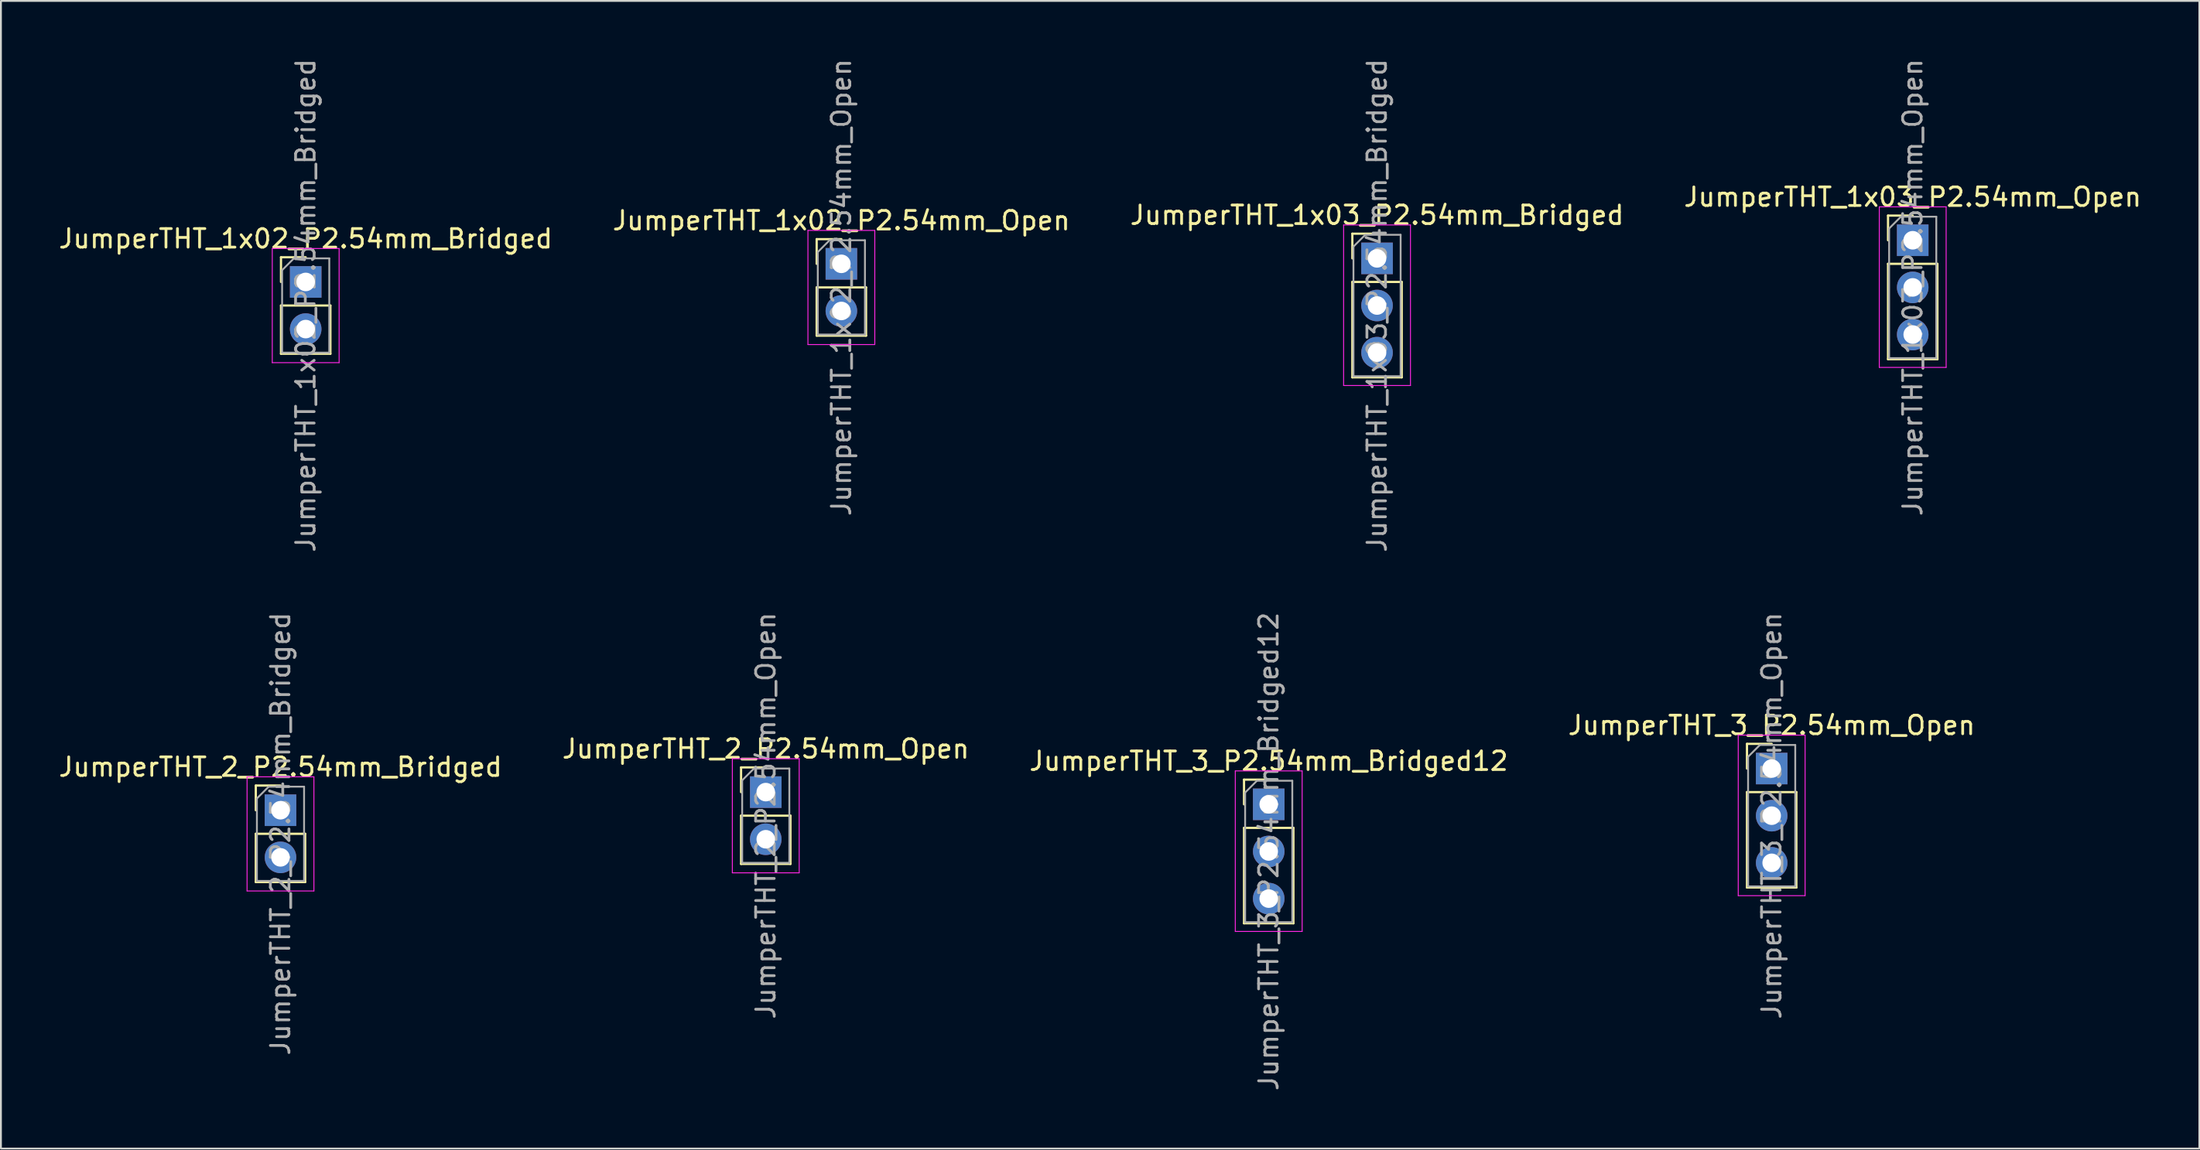
<source format=kicad_pcb>
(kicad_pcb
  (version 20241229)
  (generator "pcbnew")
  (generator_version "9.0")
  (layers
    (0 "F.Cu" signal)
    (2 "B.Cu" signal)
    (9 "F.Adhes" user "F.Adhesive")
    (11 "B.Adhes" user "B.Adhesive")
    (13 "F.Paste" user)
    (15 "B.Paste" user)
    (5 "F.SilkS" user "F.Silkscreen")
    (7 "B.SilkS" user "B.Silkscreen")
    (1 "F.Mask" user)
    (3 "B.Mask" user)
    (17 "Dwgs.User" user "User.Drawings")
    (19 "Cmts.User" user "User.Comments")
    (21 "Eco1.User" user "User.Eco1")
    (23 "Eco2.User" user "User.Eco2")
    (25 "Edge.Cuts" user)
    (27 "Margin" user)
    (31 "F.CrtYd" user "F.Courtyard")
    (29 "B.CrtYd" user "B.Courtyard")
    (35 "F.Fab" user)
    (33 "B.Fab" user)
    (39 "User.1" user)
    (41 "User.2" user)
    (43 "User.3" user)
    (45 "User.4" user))
  (footprint "JumperTHT_2_P2.54mm_Open"
    (layer "F.Cu")
    (at 38.185 39.629)
    (property "Reference" "JumperTHT_2_P2.54mm_Open" (at 0 -2.33 0) (layer "F.SilkS") (effects (font (size 1 1) (thickness 0.15))))
    (attr through_hole)
    (fp_line (start -1.33 -1.33) (end 0 -1.33) (stroke (width 0.12) (type solid)) (layer "F.SilkS"))
    (fp_line (start -1.33 0) (end -1.33 -1.33) (stroke (width 0.12) (type solid)) (layer "F.SilkS"))
    (fp_line (start -1.33 1.27) (end -1.33 3.87) (stroke (width 0.12) (type solid)) (layer "F.SilkS"))
    (fp_line (start -1.33 1.27) (end 1.33 1.27) (stroke (width 0.12) (type solid)) (layer "F.SilkS"))
    (fp_line (start -1.33 3.87) (end 1.33 3.87) (stroke (width 0.12) (type solid)) (layer "F.SilkS"))
    (fp_line (start 1.33 1.27) (end 1.33 3.87) (stroke (width 0.12) (type solid)) (layer "F.SilkS"))
    (fp_line (start -1.8 -1.8) (end -1.8 4.35) (stroke (width 0.05) (type solid)) (layer "F.CrtYd"))
    (fp_line (start -1.8 4.35) (end 1.8 4.35) (stroke (width 0.05) (type solid)) (layer "F.CrtYd"))
    (fp_line (start 1.8 -1.8) (end -1.8 -1.8) (stroke (width 0.05) (type solid)) (layer "F.CrtYd"))
    (fp_line (start 1.8 4.35) (end 1.8 -1.8) (stroke (width 0.05) (type solid)) (layer "F.CrtYd"))
    (fp_line (start -1.27 -0.635) (end -0.635 -1.27) (stroke (width 0.1) (type solid)) (layer "F.Fab"))
    (fp_line (start -1.27 3.81) (end -1.27 -0.635) (stroke (width 0.1) (type solid)) (layer "F.Fab"))
    (fp_line (start -0.635 -1.27) (end 1.27 -1.27) (stroke (width 0.1) (type solid)) (layer "F.Fab"))
    (fp_line (start 1.27 -1.27) (end 1.27 3.81) (stroke (width 0.1) (type solid)) (layer "F.Fab"))
    (fp_line (start 1.27 3.81) (end -1.27 3.81) (stroke (width 0.1) (type solid)) (layer "F.Fab"))
    (fp_text user "${REFERENCE}" (at 0 1.27 90) (layer "F.Fab") (effects (font (size 1 1) (thickness 0.15))))
    (pad "1" thru_hole rect (at 0 0) (size 1.7 1.7) (drill 1) (layers "*.Cu" "*.Mask"))
    (pad "2" thru_hole oval (at 0 2.54) (size 1.7 1.7) (drill 1) (layers "*.Cu" "*.Mask")))
  (footprint "JumperTHT_3_P2.54mm_Open"
    (layer "F.Cu")
    (at 92.351 38.359)
    (property "Reference" "JumperTHT_3_P2.54mm_Open" (at 0 -2.33 0) (layer "F.SilkS") (effects (font (size 1 1) (thickness 0.15))))
    (attr through_hole)
    (fp_line (start -1.33 -1.33) (end 0 -1.33) (stroke (width 0.12) (type solid)) (layer "F.SilkS"))
    (fp_line (start -1.33 0) (end -1.33 -1.33) (stroke (width 0.12) (type solid)) (layer "F.SilkS"))
    (fp_line (start -1.33 1.27) (end -1.33 6.41) (stroke (width 0.12) (type solid)) (layer "F.SilkS"))
    (fp_line (start -1.33 1.27) (end 1.33 1.27) (stroke (width 0.12) (type solid)) (layer "F.SilkS"))
    (fp_line (start -1.33 6.41) (end 1.33 6.41) (stroke (width 0.12) (type solid)) (layer "F.SilkS"))
    (fp_line (start 1.33 1.27) (end 1.33 6.41) (stroke (width 0.12) (type solid)) (layer "F.SilkS"))
    (fp_line (start -1.8 -1.8) (end -1.8 6.85) (stroke (width 0.05) (type solid)) (layer "F.CrtYd"))
    (fp_line (start -1.8 6.85) (end 1.8 6.85) (stroke (width 0.05) (type solid)) (layer "F.CrtYd"))
    (fp_line (start 1.8 -1.8) (end -1.8 -1.8) (stroke (width 0.05) (type solid)) (layer "F.CrtYd"))
    (fp_line (start 1.8 6.85) (end 1.8 -1.8) (stroke (width 0.05) (type solid)) (layer "F.CrtYd"))
    (fp_line (start -1.27 -0.635) (end -0.635 -1.27) (stroke (width 0.1) (type solid)) (layer "F.Fab"))
    (fp_line (start -1.27 6.35) (end -1.27 -0.635) (stroke (width 0.1) (type solid)) (layer "F.Fab"))
    (fp_line (start -0.635 -1.27) (end 1.27 -1.27) (stroke (width 0.1) (type solid)) (layer "F.Fab"))
    (fp_line (start 1.27 -1.27) (end 1.27 6.35) (stroke (width 0.1) (type solid)) (layer "F.Fab"))
    (fp_line (start 1.27 6.35) (end -1.27 6.35) (stroke (width 0.1) (type solid)) (layer "F.Fab"))
    (fp_text user "${REFERENCE}" (at 0 2.54 90) (layer "F.Fab") (effects (font (size 1 1) (thickness 0.15))))
    (pad "1" thru_hole rect (at 0 0) (size 1.7 1.7) (drill 1) (layers "*.Cu" "*.Mask"))
    (pad "2" thru_hole oval (at 0 2.54) (size 1.7 1.7) (drill 1) (layers "*.Cu" "*.Mask"))
    (pad "3" thru_hole oval (at 0 5.08) (size 1.7 1.7) (drill 1) (layers "*.Cu" "*.Mask")))
  (footprint "JumperTHT_1x03_P2.54mm_Bridged"
    (layer "F.Cu")
    (at 71.101 10.871)
    (property "Reference" "JumperTHT_1x03_P2.54mm_Bridged" (at 0 -2.33 0) (layer "F.SilkS") (effects (font (size 1 1) (thickness 0.15))))
    (attr through_hole)
    (fp_line (start -1.33 -1.33) (end 0 -1.33) (stroke (width 0.12) (type solid)) (layer "F.SilkS"))
    (fp_line (start -1.33 0) (end -1.33 -1.33) (stroke (width 0.12) (type solid)) (layer "F.SilkS"))
    (fp_line (start -1.33 1.27) (end -1.33 6.41) (stroke (width 0.12) (type solid)) (layer "F.SilkS"))
    (fp_line (start -1.33 1.27) (end 1.33 1.27) (stroke (width 0.12) (type solid)) (layer "F.SilkS"))
    (fp_line (start -1.33 6.41) (end 1.33 6.41) (stroke (width 0.12) (type solid)) (layer "F.SilkS"))
    (fp_line (start 1.33 1.27) (end 1.33 6.41) (stroke (width 0.12) (type solid)) (layer "F.SilkS"))
    (fp_line (start -1.8 -1.8) (end -1.8 6.85) (stroke (width 0.05) (type solid)) (layer "F.CrtYd"))
    (fp_line (start -1.8 6.85) (end 1.8 6.85) (stroke (width 0.05) (type solid)) (layer "F.CrtYd"))
    (fp_line (start 1.8 -1.8) (end -1.8 -1.8) (stroke (width 0.05) (type solid)) (layer "F.CrtYd"))
    (fp_line (start 1.8 6.85) (end 1.8 -1.8) (stroke (width 0.05) (type solid)) (layer "F.CrtYd"))
    (fp_line (start -1.27 -0.635) (end -0.635 -1.27) (stroke (width 0.1) (type solid)) (layer "F.Fab"))
    (fp_line (start -1.27 6.35) (end -1.27 -0.635) (stroke (width 0.1) (type solid)) (layer "F.Fab"))
    (fp_line (start -0.635 -1.27) (end 1.27 -1.27) (stroke (width 0.1) (type solid)) (layer "F.Fab"))
    (fp_line (start 1.27 -1.27) (end 1.27 6.35) (stroke (width 0.1) (type solid)) (layer "F.Fab"))
    (fp_line (start 1.27 6.35) (end -1.27 6.35) (stroke (width 0.1) (type solid)) (layer "F.Fab"))
    (fp_text user "${REFERENCE}" (at 0 2.54 90) (layer "F.Fab") (effects (font (size 1 1) (thickness 0.15))))
    (pad "1" thru_hole rect (at 0 0) (size 1.7 1.7) (drill 1) (layers "*.Cu" "*.Mask"))
    (pad "2" thru_hole oval (at 0 2.54) (size 1.7 1.7) (drill 1) (layers "*.Cu" "*.Mask"))
    (pad "3" thru_hole oval (at 0 5.08) (size 1.7 1.7) (drill 1) (layers "*.Cu" "*.Mask")))
  (footprint "JumperTHT_3_P2.54mm_Bridged12"
    (layer "F.Cu")
    (at 65.268 40.287)
    (property "Reference" "JumperTHT_3_P2.54mm_Bridged12" (at 0 -2.33 0) (layer "F.SilkS") (effects (font (size 1 1) (thickness 0.15))))
    (attr through_hole)
    (fp_line (start -1.33 -1.33) (end 0 -1.33) (stroke (width 0.12) (type solid)) (layer "F.SilkS"))
    (fp_line (start -1.33 0) (end -1.33 -1.33) (stroke (width 0.12) (type solid)) (layer "F.SilkS"))
    (fp_line (start -1.33 1.27) (end -1.33 6.41) (stroke (width 0.12) (type solid)) (layer "F.SilkS"))
    (fp_line (start -1.33 1.27) (end 1.33 1.27) (stroke (width 0.12) (type solid)) (layer "F.SilkS"))
    (fp_line (start -1.33 6.41) (end 1.33 6.41) (stroke (width 0.12) (type solid)) (layer "F.SilkS"))
    (fp_line (start 1.33 1.27) (end 1.33 6.41) (stroke (width 0.12) (type solid)) (layer "F.SilkS"))
    (fp_line (start -1.8 -1.8) (end -1.8 6.85) (stroke (width 0.05) (type solid)) (layer "F.CrtYd"))
    (fp_line (start -1.8 6.85) (end 1.8 6.85) (stroke (width 0.05) (type solid)) (layer "F.CrtYd"))
    (fp_line (start 1.8 -1.8) (end -1.8 -1.8) (stroke (width 0.05) (type solid)) (layer "F.CrtYd"))
    (fp_line (start 1.8 6.85) (end 1.8 -1.8) (stroke (width 0.05) (type solid)) (layer "F.CrtYd"))
    (fp_line (start -1.27 -0.635) (end -0.635 -1.27) (stroke (width 0.1) (type solid)) (layer "F.Fab"))
    (fp_line (start -1.27 6.35) (end -1.27 -0.635) (stroke (width 0.1) (type solid)) (layer "F.Fab"))
    (fp_line (start -0.635 -1.27) (end 1.27 -1.27) (stroke (width 0.1) (type solid)) (layer "F.Fab"))
    (fp_line (start 1.27 -1.27) (end 1.27 6.35) (stroke (width 0.1) (type solid)) (layer "F.Fab"))
    (fp_line (start 1.27 6.35) (end -1.27 6.35) (stroke (width 0.1) (type solid)) (layer "F.Fab"))
    (fp_text user "${REFERENCE}" (at 0 2.54 90) (layer "F.Fab") (effects (font (size 1 1) (thickness 0.15))))
    (pad "1" thru_hole rect (at 0 0) (size 1.7 1.7) (drill 1) (layers "*.Cu" "*.Mask"))
    (pad "2" thru_hole oval (at 0 2.54) (size 1.7 1.7) (drill 1) (layers "*.Cu" "*.Mask"))
    (pad "3" thru_hole oval (at 0 5.08) (size 1.7 1.7) (drill 1) (layers "*.Cu" "*.Mask")))
  (footprint "JumperTHT_2_P2.54mm_Bridged"
    (layer "F.Cu")
    (at 12.054 40.605)
    (property "Reference" "JumperTHT_2_P2.54mm_Bridged" (at 0 -2.33 0) (layer "F.SilkS") (effects (font (size 1 1) (thickness 0.15))))
    (attr through_hole)
    (fp_line (start -1.33 -1.33) (end 0 -1.33) (stroke (width 0.12) (type solid)) (layer "F.SilkS"))
    (fp_line (start -1.33 0) (end -1.33 -1.33) (stroke (width 0.12) (type solid)) (layer "F.SilkS"))
    (fp_line (start -1.33 1.27) (end -1.33 3.87) (stroke (width 0.12) (type solid)) (layer "F.SilkS"))
    (fp_line (start -1.33 1.27) (end 1.33 1.27) (stroke (width 0.12) (type solid)) (layer "F.SilkS"))
    (fp_line (start -1.33 3.87) (end 1.33 3.87) (stroke (width 0.12) (type solid)) (layer "F.SilkS"))
    (fp_line (start 1.33 1.27) (end 1.33 3.87) (stroke (width 0.12) (type solid)) (layer "F.SilkS"))
    (fp_line (start -1.8 -1.8) (end -1.8 4.35) (stroke (width 0.05) (type solid)) (layer "F.CrtYd"))
    (fp_line (start -1.8 4.35) (end 1.8 4.35) (stroke (width 0.05) (type solid)) (layer "F.CrtYd"))
    (fp_line (start 1.8 -1.8) (end -1.8 -1.8) (stroke (width 0.05) (type solid)) (layer "F.CrtYd"))
    (fp_line (start 1.8 4.35) (end 1.8 -1.8) (stroke (width 0.05) (type solid)) (layer "F.CrtYd"))
    (fp_line (start -1.27 -0.635) (end -0.635 -1.27) (stroke (width 0.1) (type solid)) (layer "F.Fab"))
    (fp_line (start -1.27 3.81) (end -1.27 -0.635) (stroke (width 0.1) (type solid)) (layer "F.Fab"))
    (fp_line (start -0.635 -1.27) (end 1.27 -1.27) (stroke (width 0.1) (type solid)) (layer "F.Fab"))
    (fp_line (start 1.27 -1.27) (end 1.27 3.81) (stroke (width 0.1) (type solid)) (layer "F.Fab"))
    (fp_line (start 1.27 3.81) (end -1.27 3.81) (stroke (width 0.1) (type solid)) (layer "F.Fab"))
    (fp_text user "${REFERENCE}" (at 0 1.27 90) (layer "F.Fab") (effects (font (size 1 1) (thickness 0.15))))
    (pad "1" thru_hole rect (at 0 0) (size 1.7 1.7) (drill 1) (layers "*.Cu" "*.Mask"))
    (pad "2" thru_hole oval (at 0 2.54) (size 1.7 1.7) (drill 1) (layers "*.Cu" "*.Mask")))
  (footprint "JumperTHT_1x02_P2.54mm_Open"
    (layer "F.Cu")
    (at 42.256 11.165)
    (property "Reference" "JumperTHT_1x02_P2.54mm_Open" (at 0 -2.33 0) (layer "F.SilkS") (effects (font (size 1 1) (thickness 0.15))))
    (attr through_hole)
    (fp_line (start -1.33 -1.33) (end 0 -1.33) (stroke (width 0.12) (type solid)) (layer "F.SilkS"))
    (fp_line (start -1.33 0) (end -1.33 -1.33) (stroke (width 0.12) (type solid)) (layer "F.SilkS"))
    (fp_line (start -1.33 1.27) (end -1.33 3.87) (stroke (width 0.12) (type solid)) (layer "F.SilkS"))
    (fp_line (start -1.33 1.27) (end 1.33 1.27) (stroke (width 0.12) (type solid)) (layer "F.SilkS"))
    (fp_line (start -1.33 3.87) (end 1.33 3.87) (stroke (width 0.12) (type solid)) (layer "F.SilkS"))
    (fp_line (start 1.33 1.27) (end 1.33 3.87) (stroke (width 0.12) (type solid)) (layer "F.SilkS"))
    (fp_line (start -1.8 -1.8) (end -1.8 4.35) (stroke (width 0.05) (type solid)) (layer "F.CrtYd"))
    (fp_line (start -1.8 4.35) (end 1.8 4.35) (stroke (width 0.05) (type solid)) (layer "F.CrtYd"))
    (fp_line (start 1.8 -1.8) (end -1.8 -1.8) (stroke (width 0.05) (type solid)) (layer "F.CrtYd"))
    (fp_line (start 1.8 4.35) (end 1.8 -1.8) (stroke (width 0.05) (type solid)) (layer "F.CrtYd"))
    (fp_line (start -1.27 -0.635) (end -0.635 -1.27) (stroke (width 0.1) (type solid)) (layer "F.Fab"))
    (fp_line (start -1.27 3.81) (end -1.27 -0.635) (stroke (width 0.1) (type solid)) (layer "F.Fab"))
    (fp_line (start -0.635 -1.27) (end 1.27 -1.27) (stroke (width 0.1) (type solid)) (layer "F.Fab"))
    (fp_line (start 1.27 -1.27) (end 1.27 3.81) (stroke (width 0.1) (type solid)) (layer "F.Fab"))
    (fp_line (start 1.27 3.81) (end -1.27 3.81) (stroke (width 0.1) (type solid)) (layer "F.Fab"))
    (fp_text user "${REFERENCE}" (at 0 1.27 90) (layer "F.Fab") (effects (font (size 1 1) (thickness 0.15))))
    (pad "1" thru_hole rect (at 0 0) (size 1.7 1.7) (drill 1) (layers "*.Cu" "*.Mask"))
    (pad "2" thru_hole oval (at 0 2.54) (size 1.7 1.7) (drill 1) (layers "*.Cu" "*.Mask")))
  (footprint "JumperTHT_1x03_P2.54mm_Open"
    (layer "F.Cu")
    (at 99.946 9.895)
    (property "Reference" "JumperTHT_1x03_P2.54mm_Open" (at 0 -2.33 0) (layer "F.SilkS") (effects (font (size 1 1) (thickness 0.15))))
    (attr through_hole)
    (fp_line (start -1.33 -1.33) (end 0 -1.33) (stroke (width 0.12) (type solid)) (layer "F.SilkS"))
    (fp_line (start -1.33 0) (end -1.33 -1.33) (stroke (width 0.12) (type solid)) (layer "F.SilkS"))
    (fp_line (start -1.33 1.27) (end -1.33 6.41) (stroke (width 0.12) (type solid)) (layer "F.SilkS"))
    (fp_line (start -1.33 1.27) (end 1.33 1.27) (stroke (width 0.12) (type solid)) (layer "F.SilkS"))
    (fp_line (start -1.33 6.41) (end 1.33 6.41) (stroke (width 0.12) (type solid)) (layer "F.SilkS"))
    (fp_line (start 1.33 1.27) (end 1.33 6.41) (stroke (width 0.12) (type solid)) (layer "F.SilkS"))
    (fp_line (start -1.8 -1.8) (end -1.8 6.85) (stroke (width 0.05) (type solid)) (layer "F.CrtYd"))
    (fp_line (start -1.8 6.85) (end 1.8 6.85) (stroke (width 0.05) (type solid)) (layer "F.CrtYd"))
    (fp_line (start 1.8 -1.8) (end -1.8 -1.8) (stroke (width 0.05) (type solid)) (layer "F.CrtYd"))
    (fp_line (start 1.8 6.85) (end 1.8 -1.8) (stroke (width 0.05) (type solid)) (layer "F.CrtYd"))
    (fp_line (start -1.27 -0.635) (end -0.635 -1.27) (stroke (width 0.1) (type solid)) (layer "F.Fab"))
    (fp_line (start -1.27 6.35) (end -1.27 -0.635) (stroke (width 0.1) (type solid)) (layer "F.Fab"))
    (fp_line (start -0.635 -1.27) (end 1.27 -1.27) (stroke (width 0.1) (type solid)) (layer "F.Fab"))
    (fp_line (start 1.27 -1.27) (end 1.27 6.35) (stroke (width 0.1) (type solid)) (layer "F.Fab"))
    (fp_line (start 1.27 6.35) (end -1.27 6.35) (stroke (width 0.1) (type solid)) (layer "F.Fab"))
    (fp_text user "${REFERENCE}" (at 0 2.54 90) (layer "F.Fab") (effects (font (size 1 1) (thickness 0.15))))
    (pad "1" thru_hole rect (at 0 0) (size 1.7 1.7) (drill 1) (layers "*.Cu" "*.Mask"))
    (pad "2" thru_hole oval (at 0 2.54) (size 1.7 1.7) (drill 1) (layers "*.Cu" "*.Mask"))
    (pad "3" thru_hole oval (at 0 5.08) (size 1.7 1.7) (drill 1) (layers "*.Cu" "*.Mask")))
  (footprint "JumperTHT_1x02_P2.54mm_Bridged"
    (layer "F.Cu")
    (at 13.411 12.141)
    (property "Reference" "JumperTHT_1x02_P2.54mm_Bridged" (at 0 -2.33 0) (layer "F.SilkS") (effects (font (size 1 1) (thickness 0.15))))
    (attr through_hole)
    (fp_line (start -1.33 -1.33) (end 0 -1.33) (stroke (width 0.12) (type solid)) (layer "F.SilkS"))
    (fp_line (start -1.33 0) (end -1.33 -1.33) (stroke (width 0.12) (type solid)) (layer "F.SilkS"))
    (fp_line (start -1.33 1.27) (end -1.33 3.87) (stroke (width 0.12) (type solid)) (layer "F.SilkS"))
    (fp_line (start -1.33 1.27) (end 1.33 1.27) (stroke (width 0.12) (type solid)) (layer "F.SilkS"))
    (fp_line (start -1.33 3.87) (end 1.33 3.87) (stroke (width 0.12) (type solid)) (layer "F.SilkS"))
    (fp_line (start 1.33 1.27) (end 1.33 3.87) (stroke (width 0.12) (type solid)) (layer "F.SilkS"))
    (fp_line (start -1.8 -1.8) (end -1.8 4.35) (stroke (width 0.05) (type solid)) (layer "F.CrtYd"))
    (fp_line (start -1.8 4.35) (end 1.8 4.35) (stroke (width 0.05) (type solid)) (layer "F.CrtYd"))
    (fp_line (start 1.8 -1.8) (end -1.8 -1.8) (stroke (width 0.05) (type solid)) (layer "F.CrtYd"))
    (fp_line (start 1.8 4.35) (end 1.8 -1.8) (stroke (width 0.05) (type solid)) (layer "F.CrtYd"))
    (fp_line (start -1.27 -0.635) (end -0.635 -1.27) (stroke (width 0.1) (type solid)) (layer "F.Fab"))
    (fp_line (start -1.27 3.81) (end -1.27 -0.635) (stroke (width 0.1) (type solid)) (layer "F.Fab"))
    (fp_line (start -0.635 -1.27) (end 1.27 -1.27) (stroke (width 0.1) (type solid)) (layer "F.Fab"))
    (fp_line (start 1.27 -1.27) (end 1.27 3.81) (stroke (width 0.1) (type solid)) (layer "F.Fab"))
    (fp_line (start 1.27 3.81) (end -1.27 3.81) (stroke (width 0.1) (type solid)) (layer "F.Fab"))
    (fp_text user "${REFERENCE}" (at 0 1.27 90) (layer "F.Fab") (effects (font (size 1 1) (thickness 0.15))))
    (pad "1" thru_hole rect (at 0 0) (size 1.7 1.7) (drill 1) (layers "*.Cu" "*.Mask"))
    (pad "2" thru_hole oval (at 0 2.54) (size 1.7 1.7) (drill 1) (layers "*.Cu" "*.Mask")))
  (gr_rect
    (start -3 -3)
    (end 115.381 58.833)
    (stroke (width 0.1) (type default))
    (fill no)
    (layer "Edge.Cuts")))
</source>
